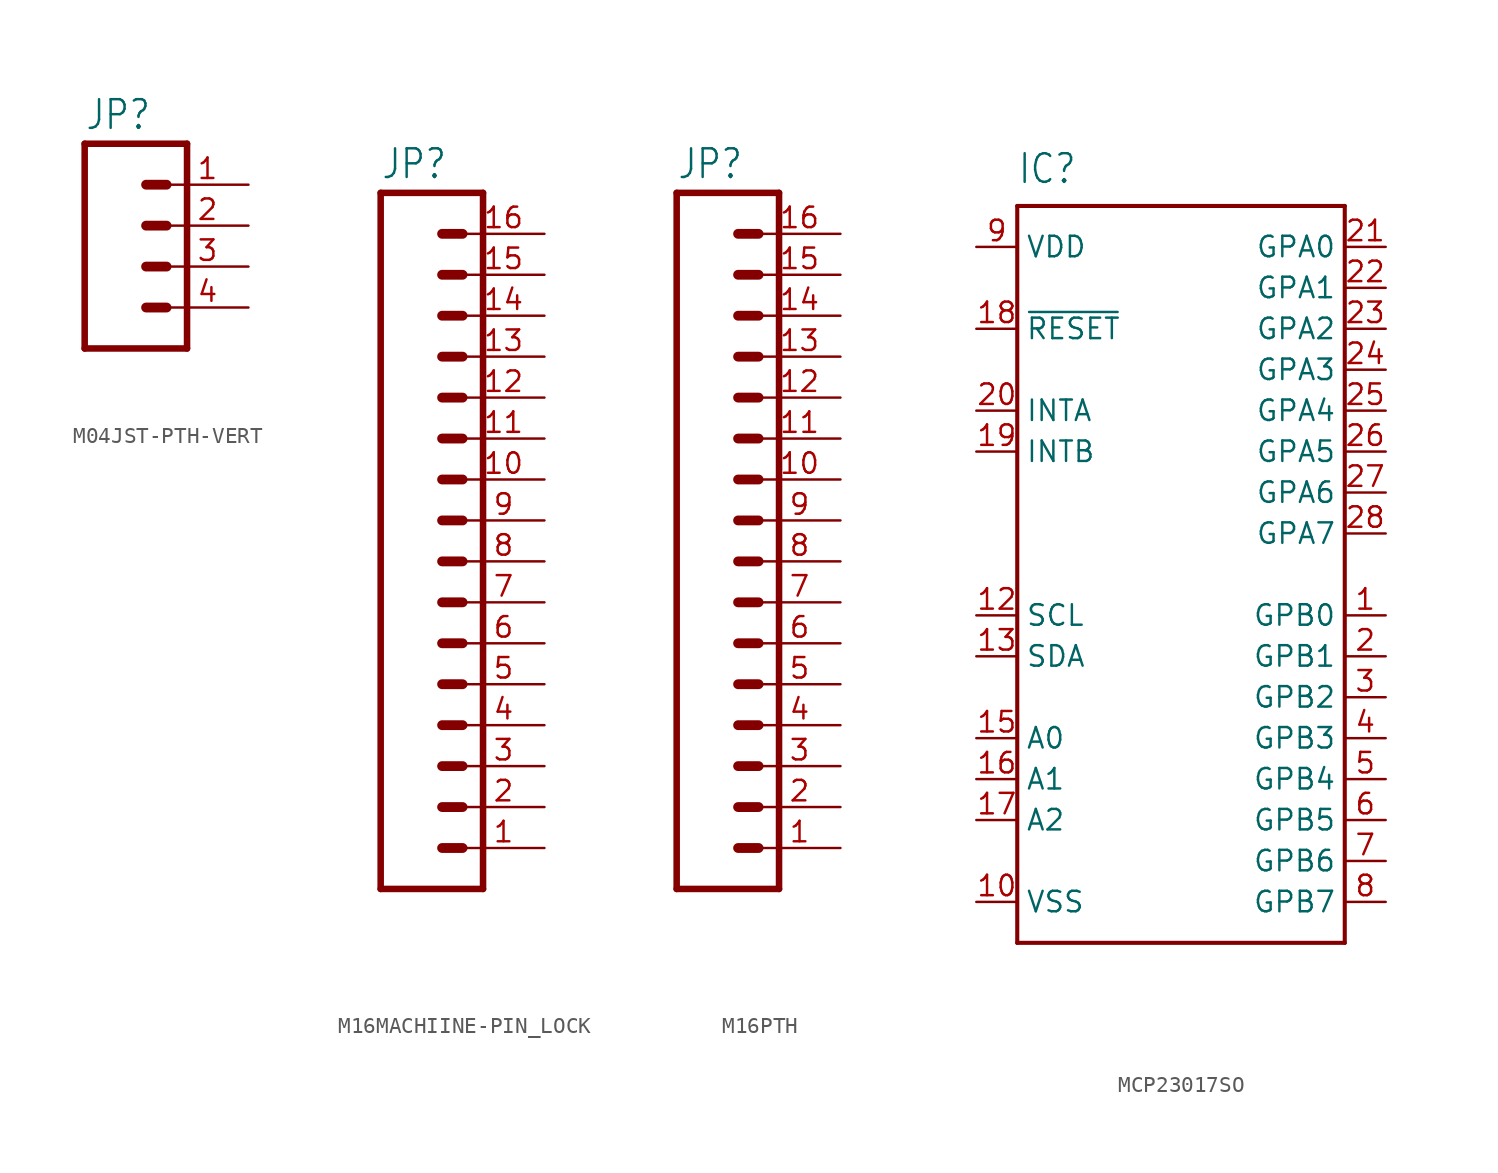
<source format=kicad_sym>
(kicad_symbol_lib
  (version 20220914)
  (generator kicad_symbol_editor)
  (symbol "M04JST-PTH-VERT"
    (property "Reference" "JP"
      (at -5.08 8.382 0)
      (effects (font (size 1.778 1.511)) (justify left bottom)))
    (property "Value" ""
      (at -5.08 -7.62 0)
      (effects (font (size 1.778 1.511)) (justify left bottom)))
    (property "ki_locked" ""
      (at 0 0 0)
      (effects (font (size 1.27 1.27))))
    (symbol "M04JST-PTH-VERT_1_0"
      (polyline (pts (xy -5.08 7.62) (xy -5.08 -5.08)) (stroke (width 0.406) (type solid)) (fill (type none)))
      (polyline (pts (xy -5.08 7.62) (xy 1.27 7.62)) (stroke (width 0.406) (type solid)) (fill (type none)))
      (polyline (pts (xy -1.27 -2.54) (xy 0 -2.54)) (stroke (width 0.61) (type solid)) (fill (type none)))
      (polyline (pts (xy -1.27 0) (xy 0 0)) (stroke (width 0.61) (type solid)) (fill (type none)))
      (polyline (pts (xy -1.27 2.54) (xy 0 2.54)) (stroke (width 0.61) (type solid)) (fill (type none)))
      (polyline (pts (xy -1.27 5.08) (xy 0 5.08)) (stroke (width 0.61) (type solid)) (fill (type none)))
      (polyline (pts (xy 1.27 -5.08) (xy -5.08 -5.08)) (stroke (width 0.406) (type solid)) (fill (type none)))
      (polyline (pts (xy 1.27 -5.08) (xy 1.27 7.62)) (stroke (width 0.406) (type solid)) (fill (type none)))
      (pin passive line (at 5.08 5.08 180) (length 5.08) (name "4" (effects (font (size 0 0)))) (number "1" (effects (font (size 1.27 1.27)))))
      (pin passive line (at 5.08 2.54 180) (length 5.08) (name "3" (effects (font (size 0 0)))) (number "2" (effects (font (size 1.27 1.27)))))
      (pin passive line (at 5.08 0 180) (length 5.08) (name "2" (effects (font (size 0 0)))) (number "3" (effects (font (size 1.27 1.27)))))
      (pin passive line (at 5.08 -2.54 180) (length 5.08) (name "1" (effects (font (size 0 0)))) (number "4" (effects (font (size 1.27 1.27)))))))
  (symbol "M16MACHIINE-PIN_LOCK"
    (property "Reference" "JP"
      (at 0 21.082 0)
      (effects (font (size 1.778 1.511)) (justify left bottom)))
    (property "Value" ""
      (at 0 -25.4 0)
      (effects (font (size 1.778 1.511)) (justify left bottom)))
    (property "ki_locked" ""
      (at 0 0 0)
      (effects (font (size 1.27 1.27))))
    (symbol "M16MACHIINE-PIN_LOCK_1_0"
      (polyline (pts (xy 0 20.32) (xy 0 -22.86)) (stroke (width 0.406) (type solid)) (fill (type none)))
      (polyline (pts (xy 0 20.32) (xy 6.35 20.32)) (stroke (width 0.406) (type solid)) (fill (type none)))
      (polyline (pts (xy 3.81 -20.32) (xy 5.08 -20.32)) (stroke (width 0.61) (type solid)) (fill (type none)))
      (polyline (pts (xy 3.81 -17.78) (xy 5.08 -17.78)) (stroke (width 0.61) (type solid)) (fill (type none)))
      (polyline (pts (xy 3.81 -15.24) (xy 5.08 -15.24)) (stroke (width 0.61) (type solid)) (fill (type none)))
      (polyline (pts (xy 3.81 -12.7) (xy 5.08 -12.7)) (stroke (width 0.61) (type solid)) (fill (type none)))
      (polyline (pts (xy 3.81 -10.16) (xy 5.08 -10.16)) (stroke (width 0.61) (type solid)) (fill (type none)))
      (polyline (pts (xy 3.81 -7.62) (xy 5.08 -7.62)) (stroke (width 0.61) (type solid)) (fill (type none)))
      (polyline (pts (xy 3.81 -5.08) (xy 5.08 -5.08)) (stroke (width 0.61) (type solid)) (fill (type none)))
      (polyline (pts (xy 3.81 -2.54) (xy 5.08 -2.54)) (stroke (width 0.61) (type solid)) (fill (type none)))
      (polyline (pts (xy 3.81 0) (xy 5.08 0)) (stroke (width 0.61) (type solid)) (fill (type none)))
      (polyline (pts (xy 3.81 2.54) (xy 5.08 2.54)) (stroke (width 0.61) (type solid)) (fill (type none)))
      (polyline (pts (xy 3.81 5.08) (xy 5.08 5.08)) (stroke (width 0.61) (type solid)) (fill (type none)))
      (polyline (pts (xy 3.81 7.62) (xy 5.08 7.62)) (stroke (width 0.61) (type solid)) (fill (type none)))
      (polyline (pts (xy 3.81 10.16) (xy 5.08 10.16)) (stroke (width 0.61) (type solid)) (fill (type none)))
      (polyline (pts (xy 3.81 12.7) (xy 5.08 12.7)) (stroke (width 0.61) (type solid)) (fill (type none)))
      (polyline (pts (xy 3.81 15.24) (xy 5.08 15.24)) (stroke (width 0.61) (type solid)) (fill (type none)))
      (polyline (pts (xy 3.81 17.78) (xy 5.08 17.78)) (stroke (width 0.61) (type solid)) (fill (type none)))
      (polyline (pts (xy 6.35 -22.86) (xy 0 -22.86)) (stroke (width 0.406) (type solid)) (fill (type none)))
      (polyline (pts (xy 6.35 -22.86) (xy 6.35 20.32)) (stroke (width 0.406) (type solid)) (fill (type none)))
      (pin passive line (at 10.16 -20.32 180) (length 5.08) (name "1" (effects (font (size 0 0)))) (number "1" (effects (font (size 1.27 1.27)))))
      (pin passive line (at 10.16 2.54 180) (length 5.08) (name "10" (effects (font (size 0 0)))) (number "10" (effects (font (size 1.27 1.27)))))
      (pin passive line (at 10.16 5.08 180) (length 5.08) (name "11" (effects (font (size 0 0)))) (number "11" (effects (font (size 1.27 1.27)))))
      (pin passive line (at 10.16 7.62 180) (length 5.08) (name "12" (effects (font (size 0 0)))) (number "12" (effects (font (size 1.27 1.27)))))
      (pin passive line (at 10.16 10.16 180) (length 5.08) (name "13" (effects (font (size 0 0)))) (number "13" (effects (font (size 1.27 1.27)))))
      (pin passive line (at 10.16 12.7 180) (length 5.08) (name "14" (effects (font (size 0 0)))) (number "14" (effects (font (size 1.27 1.27)))))
      (pin passive line (at 10.16 15.24 180) (length 5.08) (name "15" (effects (font (size 0 0)))) (number "15" (effects (font (size 1.27 1.27)))))
      (pin passive line (at 10.16 17.78 180) (length 5.08) (name "16" (effects (font (size 0 0)))) (number "16" (effects (font (size 1.27 1.27)))))
      (pin passive line (at 10.16 -17.78 180) (length 5.08) (name "2" (effects (font (size 0 0)))) (number "2" (effects (font (size 1.27 1.27)))))
      (pin passive line (at 10.16 -15.24 180) (length 5.08) (name "3" (effects (font (size 0 0)))) (number "3" (effects (font (size 1.27 1.27)))))
      (pin passive line (at 10.16 -12.7 180) (length 5.08) (name "4" (effects (font (size 0 0)))) (number "4" (effects (font (size 1.27 1.27)))))
      (pin passive line (at 10.16 -10.16 180) (length 5.08) (name "5" (effects (font (size 0 0)))) (number "5" (effects (font (size 1.27 1.27)))))
      (pin passive line (at 10.16 -7.62 180) (length 5.08) (name "6" (effects (font (size 0 0)))) (number "6" (effects (font (size 1.27 1.27)))))
      (pin passive line (at 10.16 -5.08 180) (length 5.08) (name "7" (effects (font (size 0 0)))) (number "7" (effects (font (size 1.27 1.27)))))
      (pin passive line (at 10.16 -2.54 180) (length 5.08) (name "8" (effects (font (size 0 0)))) (number "8" (effects (font (size 1.27 1.27)))))
      (pin passive line (at 10.16 0 180) (length 5.08) (name "9" (effects (font (size 0 0)))) (number "9" (effects (font (size 1.27 1.27)))))))
  (symbol "M16PTH"
    (property "Reference" "JP"
      (at 0 21.082 0)
      (effects (font (size 1.778 1.511)) (justify left bottom)))
    (property "Value" ""
      (at 0 -25.4 0)
      (effects (font (size 1.778 1.511)) (justify left bottom)))
    (property "ki_locked" ""
      (at 0 0 0)
      (effects (font (size 1.27 1.27))))
    (symbol "M16PTH_1_0"
      (polyline (pts (xy 0 20.32) (xy 0 -22.86)) (stroke (width 0.406) (type solid)) (fill (type none)))
      (polyline (pts (xy 0 20.32) (xy 6.35 20.32)) (stroke (width 0.406) (type solid)) (fill (type none)))
      (polyline (pts (xy 3.81 -20.32) (xy 5.08 -20.32)) (stroke (width 0.61) (type solid)) (fill (type none)))
      (polyline (pts (xy 3.81 -17.78) (xy 5.08 -17.78)) (stroke (width 0.61) (type solid)) (fill (type none)))
      (polyline (pts (xy 3.81 -15.24) (xy 5.08 -15.24)) (stroke (width 0.61) (type solid)) (fill (type none)))
      (polyline (pts (xy 3.81 -12.7) (xy 5.08 -12.7)) (stroke (width 0.61) (type solid)) (fill (type none)))
      (polyline (pts (xy 3.81 -10.16) (xy 5.08 -10.16)) (stroke (width 0.61) (type solid)) (fill (type none)))
      (polyline (pts (xy 3.81 -7.62) (xy 5.08 -7.62)) (stroke (width 0.61) (type solid)) (fill (type none)))
      (polyline (pts (xy 3.81 -5.08) (xy 5.08 -5.08)) (stroke (width 0.61) (type solid)) (fill (type none)))
      (polyline (pts (xy 3.81 -2.54) (xy 5.08 -2.54)) (stroke (width 0.61) (type solid)) (fill (type none)))
      (polyline (pts (xy 3.81 0) (xy 5.08 0)) (stroke (width 0.61) (type solid)) (fill (type none)))
      (polyline (pts (xy 3.81 2.54) (xy 5.08 2.54)) (stroke (width 0.61) (type solid)) (fill (type none)))
      (polyline (pts (xy 3.81 5.08) (xy 5.08 5.08)) (stroke (width 0.61) (type solid)) (fill (type none)))
      (polyline (pts (xy 3.81 7.62) (xy 5.08 7.62)) (stroke (width 0.61) (type solid)) (fill (type none)))
      (polyline (pts (xy 3.81 10.16) (xy 5.08 10.16)) (stroke (width 0.61) (type solid)) (fill (type none)))
      (polyline (pts (xy 3.81 12.7) (xy 5.08 12.7)) (stroke (width 0.61) (type solid)) (fill (type none)))
      (polyline (pts (xy 3.81 15.24) (xy 5.08 15.24)) (stroke (width 0.61) (type solid)) (fill (type none)))
      (polyline (pts (xy 3.81 17.78) (xy 5.08 17.78)) (stroke (width 0.61) (type solid)) (fill (type none)))
      (polyline (pts (xy 6.35 -22.86) (xy 0 -22.86)) (stroke (width 0.406) (type solid)) (fill (type none)))
      (polyline (pts (xy 6.35 -22.86) (xy 6.35 20.32)) (stroke (width 0.406) (type solid)) (fill (type none)))
      (pin passive line (at 10.16 -20.32 180) (length 5.08) (name "1" (effects (font (size 0 0)))) (number "1" (effects (font (size 1.27 1.27)))))
      (pin passive line (at 10.16 2.54 180) (length 5.08) (name "10" (effects (font (size 0 0)))) (number "10" (effects (font (size 1.27 1.27)))))
      (pin passive line (at 10.16 5.08 180) (length 5.08) (name "11" (effects (font (size 0 0)))) (number "11" (effects (font (size 1.27 1.27)))))
      (pin passive line (at 10.16 7.62 180) (length 5.08) (name "12" (effects (font (size 0 0)))) (number "12" (effects (font (size 1.27 1.27)))))
      (pin passive line (at 10.16 10.16 180) (length 5.08) (name "13" (effects (font (size 0 0)))) (number "13" (effects (font (size 1.27 1.27)))))
      (pin passive line (at 10.16 12.7 180) (length 5.08) (name "14" (effects (font (size 0 0)))) (number "14" (effects (font (size 1.27 1.27)))))
      (pin passive line (at 10.16 15.24 180) (length 5.08) (name "15" (effects (font (size 0 0)))) (number "15" (effects (font (size 1.27 1.27)))))
      (pin passive line (at 10.16 17.78 180) (length 5.08) (name "16" (effects (font (size 0 0)))) (number "16" (effects (font (size 1.27 1.27)))))
      (pin passive line (at 10.16 -17.78 180) (length 5.08) (name "2" (effects (font (size 0 0)))) (number "2" (effects (font (size 1.27 1.27)))))
      (pin passive line (at 10.16 -15.24 180) (length 5.08) (name "3" (effects (font (size 0 0)))) (number "3" (effects (font (size 1.27 1.27)))))
      (pin passive line (at 10.16 -12.7 180) (length 5.08) (name "4" (effects (font (size 0 0)))) (number "4" (effects (font (size 1.27 1.27)))))
      (pin passive line (at 10.16 -10.16 180) (length 5.08) (name "5" (effects (font (size 0 0)))) (number "5" (effects (font (size 1.27 1.27)))))
      (pin passive line (at 10.16 -7.62 180) (length 5.08) (name "6" (effects (font (size 0 0)))) (number "6" (effects (font (size 1.27 1.27)))))
      (pin passive line (at 10.16 -5.08 180) (length 5.08) (name "7" (effects (font (size 0 0)))) (number "7" (effects (font (size 1.27 1.27)))))
      (pin passive line (at 10.16 -2.54 180) (length 5.08) (name "8" (effects (font (size 0 0)))) (number "8" (effects (font (size 1.27 1.27)))))
      (pin passive line (at 10.16 0 180) (length 5.08) (name "9" (effects (font (size 0 0)))) (number "9" (effects (font (size 1.27 1.27)))))))
  (symbol "MCP23017SO"
    (property "Reference" "IC"
      (at -10.16 24.13 0)
      (effects (font (size 1.778 1.511)) (justify left bottom)))
    (property "Value" ""
      (at -10.16 -25.4 0)
      (effects (font (size 1.778 1.511)) (justify left bottom)))
    (property "ki_locked" ""
      (at 0 0 0)
      (effects (font (size 1.27 1.27))))
    (symbol "MCP23017SO_1_0"
      (polyline (pts (xy -10.16 -22.86) (xy -10.16 22.86)) (stroke (width 0.254) (type solid)) (fill (type none)))
      (polyline (pts (xy -10.16 22.86) (xy 10.16 22.86)) (stroke (width 0.254) (type solid)) (fill (type none)))
      (polyline (pts (xy 10.16 -22.86) (xy -10.16 -22.86)) (stroke (width 0.254) (type solid)) (fill (type none)))
      (polyline (pts (xy 10.16 22.86) (xy 10.16 -22.86)) (stroke (width 0.254) (type solid)) (fill (type none)))
      (pin bidirectional line (at 12.7 -2.54 180) (length 2.54) (name "GPB0" (effects (font (size 1.27 1.27)))) (number "1" (effects (font (size 1.27 1.27)))))
      (pin power_in line (at -12.7 -20.32 0) (length 2.54) (name "VSS" (effects (font (size 1.27 1.27)))) (number "10" (effects (font (size 1.27 1.27)))))
      (pin input line (at -12.7 -2.54 0) (length 2.54) (name "SCL" (effects (font (size 1.27 1.27)))) (number "12" (effects (font (size 1.27 1.27)))))
      (pin bidirectional line (at -12.7 -5.08 0) (length 2.54) (name "SDA" (effects (font (size 1.27 1.27)))) (number "13" (effects (font (size 1.27 1.27)))))
      (pin input line (at -12.7 -10.16 0) (length 2.54) (name "A0" (effects (font (size 1.27 1.27)))) (number "15" (effects (font (size 1.27 1.27)))))
      (pin input line (at -12.7 -12.7 0) (length 2.54) (name "A1" (effects (font (size 1.27 1.27)))) (number "16" (effects (font (size 1.27 1.27)))))
      (pin input line (at -12.7 -15.24 0) (length 2.54) (name "A2" (effects (font (size 1.27 1.27)))) (number "17" (effects (font (size 1.27 1.27)))))
      (pin input line (at -12.7 15.24 0) (length 2.54) (name "~{RESET}" (effects (font (size 1.27 1.27)))) (number "18" (effects (font (size 1.27 1.27)))))
      (pin output line (at -12.7 7.62 0) (length 2.54) (name "INTB" (effects (font (size 1.27 1.27)))) (number "19" (effects (font (size 1.27 1.27)))))
      (pin bidirectional line (at 12.7 -5.08 180) (length 2.54) (name "GPB1" (effects (font (size 1.27 1.27)))) (number "2" (effects (font (size 1.27 1.27)))))
      (pin output line (at -12.7 10.16 0) (length 2.54) (name "INTA" (effects (font (size 1.27 1.27)))) (number "20" (effects (font (size 1.27 1.27)))))
      (pin bidirectional line (at 12.7 20.32 180) (length 2.54) (name "GPA0" (effects (font (size 1.27 1.27)))) (number "21" (effects (font (size 1.27 1.27)))))
      (pin bidirectional line (at 12.7 17.78 180) (length 2.54) (name "GPA1" (effects (font (size 1.27 1.27)))) (number "22" (effects (font (size 1.27 1.27)))))
      (pin bidirectional line (at 12.7 15.24 180) (length 2.54) (name "GPA2" (effects (font (size 1.27 1.27)))) (number "23" (effects (font (size 1.27 1.27)))))
      (pin bidirectional line (at 12.7 12.7 180) (length 2.54) (name "GPA3" (effects (font (size 1.27 1.27)))) (number "24" (effects (font (size 1.27 1.27)))))
      (pin bidirectional line (at 12.7 10.16 180) (length 2.54) (name "GPA4" (effects (font (size 1.27 1.27)))) (number "25" (effects (font (size 1.27 1.27)))))
      (pin bidirectional line (at 12.7 7.62 180) (length 2.54) (name "GPA5" (effects (font (size 1.27 1.27)))) (number "26" (effects (font (size 1.27 1.27)))))
      (pin bidirectional line (at 12.7 5.08 180) (length 2.54) (name "GPA6" (effects (font (size 1.27 1.27)))) (number "27" (effects (font (size 1.27 1.27)))))
      (pin bidirectional line (at 12.7 2.54 180) (length 2.54) (name "GPA7" (effects (font (size 1.27 1.27)))) (number "28" (effects (font (size 1.27 1.27)))))
      (pin bidirectional line (at 12.7 -7.62 180) (length 2.54) (name "GPB2" (effects (font (size 1.27 1.27)))) (number "3" (effects (font (size 1.27 1.27)))))
      (pin bidirectional line (at 12.7 -10.16 180) (length 2.54) (name "GPB3" (effects (font (size 1.27 1.27)))) (number "4" (effects (font (size 1.27 1.27)))))
      (pin bidirectional line (at 12.7 -12.7 180) (length 2.54) (name "GPB4" (effects (font (size 1.27 1.27)))) (number "5" (effects (font (size 1.27 1.27)))))
      (pin bidirectional line (at 12.7 -15.24 180) (length 2.54) (name "GPB5" (effects (font (size 1.27 1.27)))) (number "6" (effects (font (size 1.27 1.27)))))
      (pin bidirectional line (at 12.7 -17.78 180) (length 2.54) (name "GPB6" (effects (font (size 1.27 1.27)))) (number "7" (effects (font (size 1.27 1.27)))))
      (pin bidirectional line (at 12.7 -20.32 180) (length 2.54) (name "GPB7" (effects (font (size 1.27 1.27)))) (number "8" (effects (font (size 1.27 1.27)))))
      (pin power_in line (at -12.7 20.32 0) (length 2.54) (name "VDD" (effects (font (size 1.27 1.27)))) (number "9" (effects (font (size 1.27 1.27))))))))
</source>
